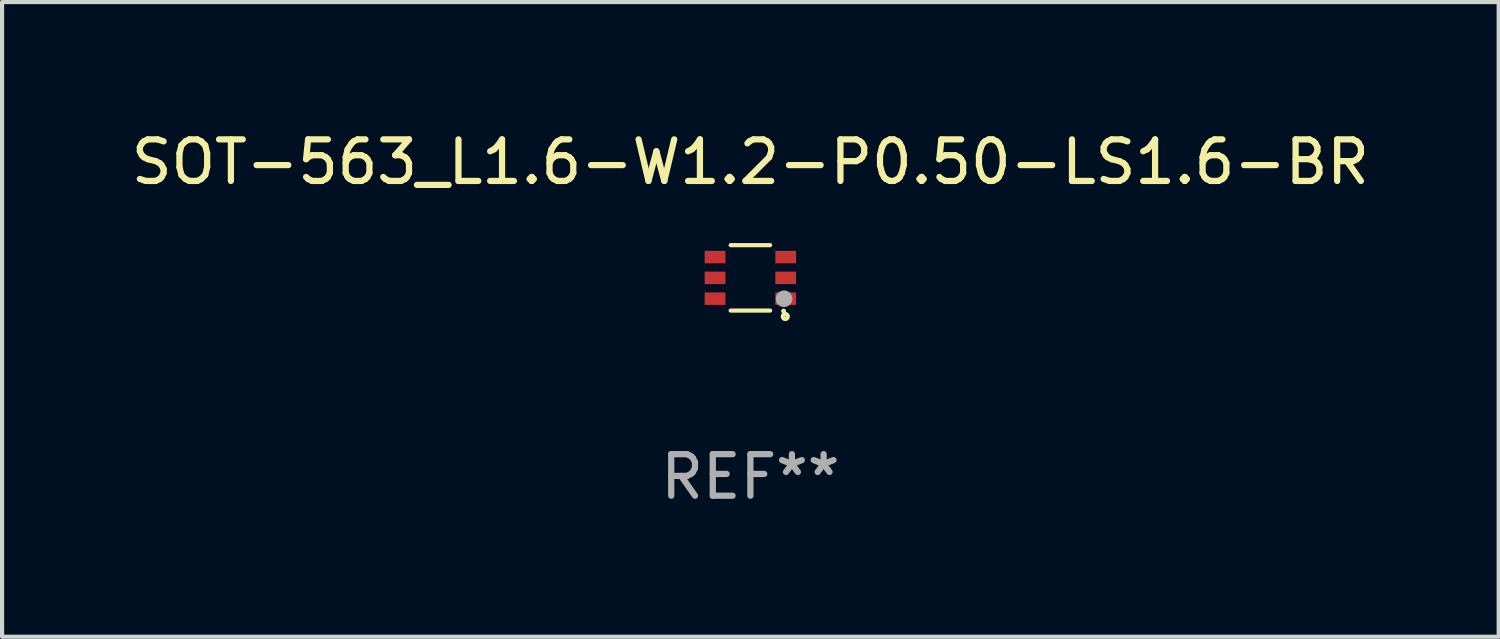
<source format=kicad_pcb>
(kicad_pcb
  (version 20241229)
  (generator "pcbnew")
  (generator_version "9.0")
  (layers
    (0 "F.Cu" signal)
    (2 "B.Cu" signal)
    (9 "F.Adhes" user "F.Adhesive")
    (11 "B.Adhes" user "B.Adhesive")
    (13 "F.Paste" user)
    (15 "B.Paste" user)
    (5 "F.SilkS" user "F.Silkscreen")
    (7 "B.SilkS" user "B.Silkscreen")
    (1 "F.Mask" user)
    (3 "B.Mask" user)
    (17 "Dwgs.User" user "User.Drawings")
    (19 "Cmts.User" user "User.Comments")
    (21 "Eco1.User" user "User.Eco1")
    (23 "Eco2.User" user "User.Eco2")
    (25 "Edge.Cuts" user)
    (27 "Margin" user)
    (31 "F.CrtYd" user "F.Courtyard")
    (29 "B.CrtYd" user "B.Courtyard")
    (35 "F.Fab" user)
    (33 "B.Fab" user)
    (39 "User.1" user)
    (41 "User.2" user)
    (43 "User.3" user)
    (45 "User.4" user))
  (footprint "SOT-563_L1.6-W1.2-P0.50-LS1.6-BR"
    (layer "F.Cu")
    (at 15.006 3.636)
    (property "Reference" "SOT-563_L1.6-W1.2-P0.50-LS1.6-BR" (at 0 -2.787 0) (layer "F.SilkS") (effects (font (size 1 1) (thickness 0.15))))
    (attr through_hole)
    (fp_line (start -0.475 -0.787) (end 0.475 -0.787) (stroke (width 0.1) (type solid)) (layer "F.SilkS"))
    (fp_line (start -0.475 0.787) (end 0.475 0.787) (stroke (width 0.1) (type solid)) (layer "F.SilkS"))
    (fp_circle (center 0.799 0.8) (end 0.829 0.8) (stroke (width 0.06) (type solid)) (fill no) (layer "F.SilkS"))
    (fp_circle (center 0.84 0.93) (end 0.9 0.93) (stroke (width 0.102) (type solid)) (fill no) (layer "F.SilkS"))
    (fp_circle (center 0.81 0.503) (end 0.91 0.503) (stroke (width 0.2) (type solid)) (fill no) (layer "F.Fab"))
    (fp_text user "REF**" (at 0 4.787 0) (layer "F.Fab") (effects (font (size 1 1) (thickness 0.15))))
    (pad "1" smd rect (at 0.85 0.5 90) (size 0.3 0.5) (layers "F.Cu" "F.Mask" "F.Paste"))
    (pad "2" smd rect (at 0.85 0.000051 90) (size 0.3 0.5) (layers "F.Cu" "F.Mask" "F.Paste"))
    (pad "3" smd rect (at 0.85 -0.5 90) (size 0.3 0.5) (layers "F.Cu" "F.Mask" "F.Paste"))
    (pad "4" smd rect (at -0.85 -0.5 90) (size 0.3 0.5) (layers "F.Cu" "F.Mask" "F.Paste"))
    (pad "5" smd rect (at -0.85 0.000051 90) (size 0.3 0.5) (layers "F.Cu" "F.Mask" "F.Paste"))
    (pad "6" smd rect (at -0.85 0.5 90) (size 0.3 0.5) (layers "F.Cu" "F.Mask" "F.Paste")))
  (gr_rect
    (start -3 -3)
    (end 33.012 12.271)
    (stroke (width 0.1) (type default))
    (fill no)
    (layer "Edge.Cuts")))
</source>
